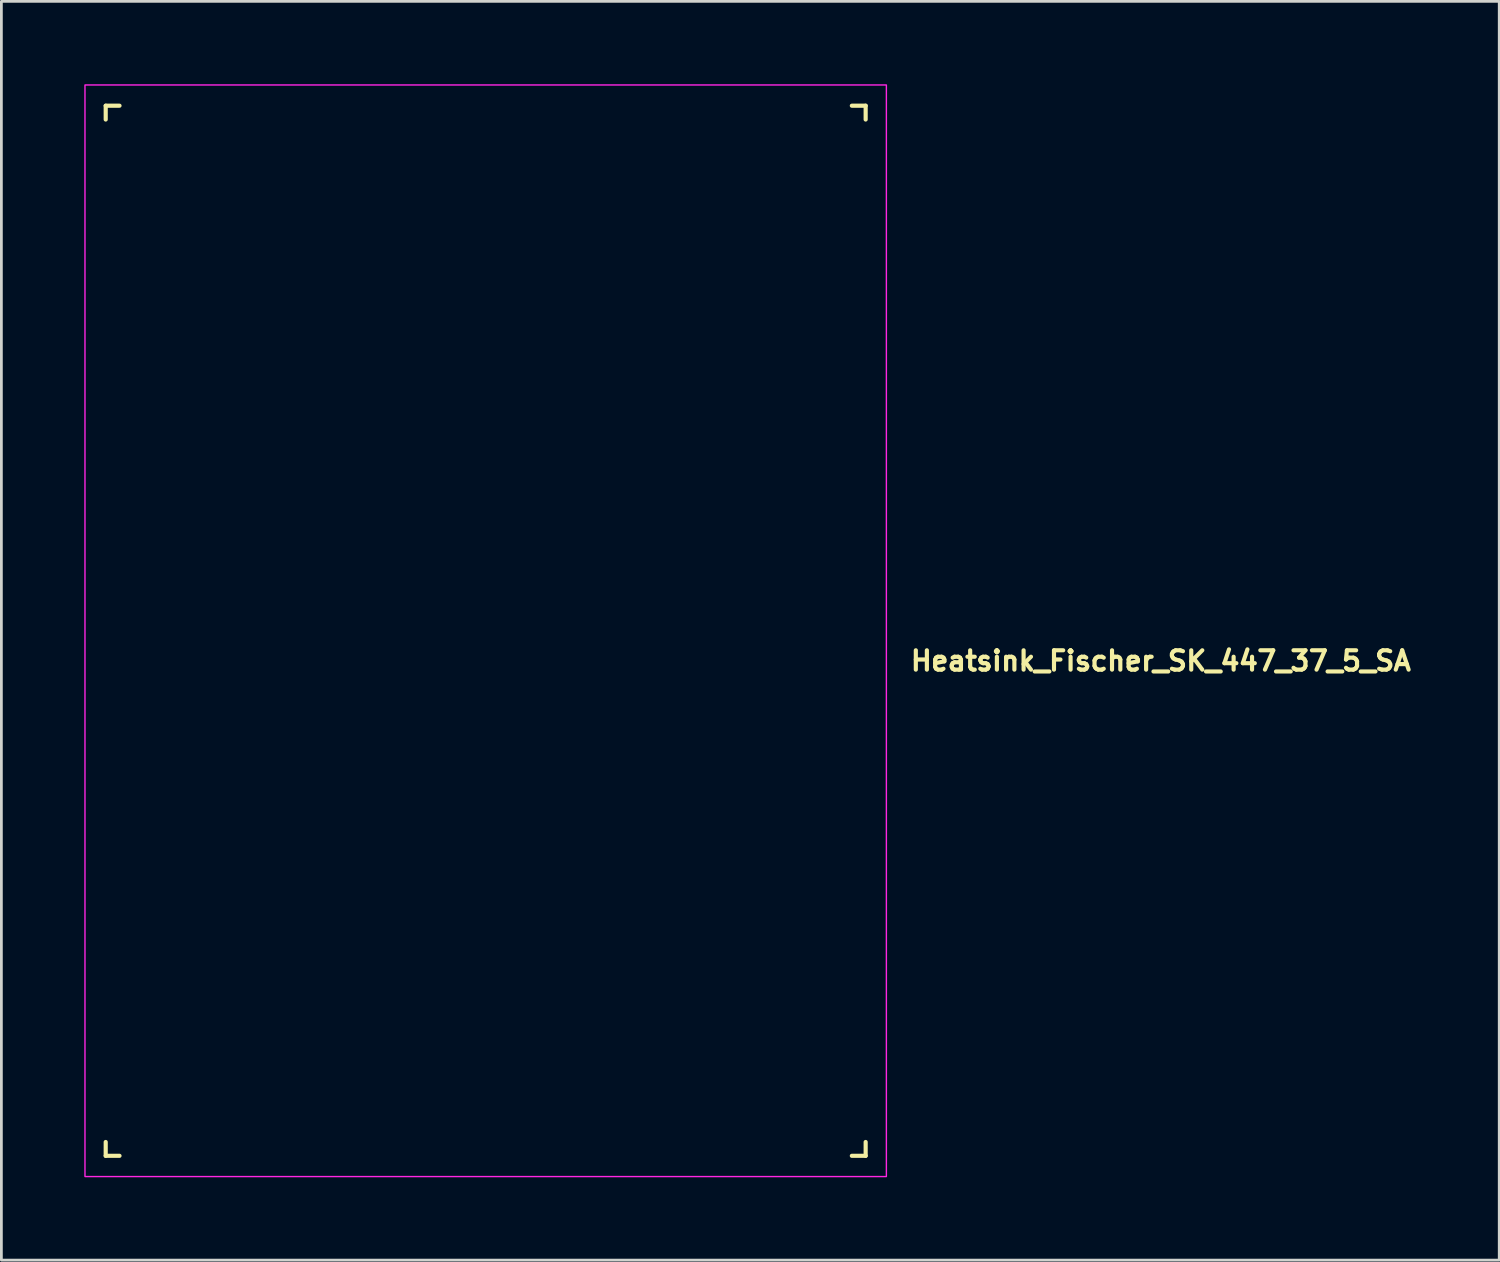
<source format=kicad_pcb>
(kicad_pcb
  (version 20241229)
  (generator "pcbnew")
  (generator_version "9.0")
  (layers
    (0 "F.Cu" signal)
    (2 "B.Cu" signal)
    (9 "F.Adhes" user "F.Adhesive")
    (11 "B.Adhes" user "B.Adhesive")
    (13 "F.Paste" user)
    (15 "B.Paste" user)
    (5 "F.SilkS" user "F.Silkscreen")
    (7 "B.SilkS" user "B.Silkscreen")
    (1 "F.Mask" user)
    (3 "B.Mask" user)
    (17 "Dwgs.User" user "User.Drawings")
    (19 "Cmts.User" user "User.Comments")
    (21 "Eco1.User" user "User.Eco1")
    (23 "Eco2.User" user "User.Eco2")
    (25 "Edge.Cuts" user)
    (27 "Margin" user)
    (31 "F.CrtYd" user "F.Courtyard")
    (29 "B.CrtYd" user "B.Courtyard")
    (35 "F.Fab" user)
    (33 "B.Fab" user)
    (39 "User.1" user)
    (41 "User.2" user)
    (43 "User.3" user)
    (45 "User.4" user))
  (footprint "Heatsink_Fischer_SK_447_37_5_SA"
    (layer "F.Cu")
    (at 14.525 19.775)
    (property "Reference" "Heatsink_Fischer_SK_447_37_5_SA" (at 15.3 1.5 0) (unlocked yes) (layer "F.SilkS") (effects (font (size 0.7 0.7) (thickness 0.15)) (justify left bottom)))
    (fp_line (start -13.75 -19) (end -13.25 -19) (stroke (width 0.15) (type solid)) (layer "F.SilkS"))
    (fp_line (start -13.75 -18.5) (end -13.75 -19) (stroke (width 0.15) (type solid)) (layer "F.SilkS"))
    (fp_line (start -13.75 18.5) (end -13.75 19) (stroke (width 0.15) (type solid)) (layer "F.SilkS"))
    (fp_line (start -13.75 19) (end -13.25 19) (stroke (width 0.15) (type solid)) (layer "F.SilkS"))
    (fp_line (start 13.25 -19) (end 13.75 -19) (stroke (width 0.15) (type solid)) (layer "F.SilkS"))
    (fp_line (start 13.75 -19) (end 13.75 -18.5) (stroke (width 0.15) (type solid)) (layer "F.SilkS"))
    (fp_line (start 13.75 18.5) (end 13.75 19) (stroke (width 0.15) (type solid)) (layer "F.SilkS"))
    (fp_line (start 13.75 19) (end 13.25 19) (stroke (width 0.15) (type solid)) (layer "F.SilkS"))
    (fp_rect (start -14.5 -19.75) (end 14.5 19.75) (stroke (width 0.05) (type solid)) (fill no) (layer "F.CrtYd"))
    (fp_rect (start -13.5 -18.75) (end 13.5 18.75) (stroke (width 0.1) (type solid)) (fill no) (layer "User.5"))
    (fp_line (start -13.492 -18.756) (end -13.492 18.744) (stroke (width 0.01) (type solid)) (layer "User.9"))
    (fp_line (start -13.492 -18.756) (end -13.491 -18.756) (stroke (width 0.01) (type solid)) (layer "User.9"))
    (fp_line (start -13.491 -18.756) (end -13.488 -18.756) (stroke (width 0.01) (type solid)) (layer "User.9"))
    (fp_line (start -13.491 18.744) (end -13.492 18.744) (stroke (width 0.01) (type solid)) (layer "User.9"))
    (fp_line (start -13.488 -18.756) (end -13.483 -18.756) (stroke (width 0.01) (type solid)) (layer "User.9"))
    (fp_line (start -13.488 18.744) (end -13.491 18.744) (stroke (width 0.01) (type solid)) (layer "User.9"))
    (fp_line (start -13.483 -18.756) (end -13.475 -18.756) (stroke (width 0.01) (type solid)) (layer "User.9"))
    (fp_line (start -13.483 18.744) (end -13.488 18.744) (stroke (width 0.01) (type solid)) (layer "User.9"))
    (fp_line (start -13.475 -18.756) (end -13.466 -18.756) (stroke (width 0.01) (type solid)) (layer "User.9"))
    (fp_line (start -13.475 18.744) (end -13.483 18.744) (stroke (width 0.01) (type solid)) (layer "User.9"))
    (fp_line (start -13.466 -18.756) (end -13.453 -18.756) (stroke (width 0.01) (type solid)) (layer "User.9"))
    (fp_line (start -13.466 18.744) (end -13.475 18.744) (stroke (width 0.01) (type solid)) (layer "User.9"))
    (fp_line (start -13.453 -18.756) (end -13.439 -18.756) (stroke (width 0.01) (type solid)) (layer "User.9"))
    (fp_line (start -13.453 18.744) (end -13.466 18.744) (stroke (width 0.01) (type solid)) (layer "User.9"))
    (fp_line (start -13.439 -18.756) (end -13.422 -18.756) (stroke (width 0.01) (type solid)) (layer "User.9"))
    (fp_line (start -13.439 18.744) (end -13.453 18.744) (stroke (width 0.01) (type solid)) (layer "User.9"))
    (fp_line (start -13.422 -18.756) (end -13.402 -18.756) (stroke (width 0.01) (type solid)) (layer "User.9"))
    (fp_line (start -13.422 18.744) (end -13.439 18.744) (stroke (width 0.01) (type solid)) (layer "User.9"))
    (fp_line (start -13.402 -18.756) (end -13.38 -18.756) (stroke (width 0.01) (type solid)) (layer "User.9"))
    (fp_line (start -13.402 18.744) (end -13.422 18.744) (stroke (width 0.01) (type solid)) (layer "User.9"))
    (fp_line (start -13.38 -18.756) (end -13.356 -18.756) (stroke (width 0.01) (type solid)) (layer "User.9"))
    (fp_line (start -13.38 18.744) (end -13.402 18.744) (stroke (width 0.01) (type solid)) (layer "User.9"))
    (fp_line (start -13.356 -18.756) (end -13.329 -18.756) (stroke (width 0.01) (type solid)) (layer "User.9"))
    (fp_line (start -13.356 18.744) (end -13.38 18.744) (stroke (width 0.01) (type solid)) (layer "User.9"))
    (fp_line (start -13.329 -18.756) (end -13.3 -18.756) (stroke (width 0.01) (type solid)) (layer "User.9"))
    (fp_line (start -13.329 18.744) (end -13.356 18.744) (stroke (width 0.01) (type solid)) (layer "User.9"))
    (fp_line (start -13.3 -18.756) (end -13.268 -18.756) (stroke (width 0.01) (type solid)) (layer "User.9"))
    (fp_line (start -13.3 18.744) (end -13.329 18.744) (stroke (width 0.01) (type solid)) (layer "User.9"))
    (fp_line (start -13.268 -18.756) (end -13.235 -18.756) (stroke (width 0.01) (type solid)) (layer "User.9"))
    (fp_line (start -13.268 18.744) (end -13.3 18.744) (stroke (width 0.01) (type solid)) (layer "User.9"))
    (fp_line (start -13.235 -18.756) (end -13.199 -18.756) (stroke (width 0.01) (type solid)) (layer "User.9"))
    (fp_line (start -13.235 18.744) (end -13.268 18.744) (stroke (width 0.01) (type solid)) (layer "User.9"))
    (fp_line (start -13.199 -18.756) (end -13.122 -18.756) (stroke (width 0.01) (type solid)) (layer "User.9"))
    (fp_line (start -13.199 18.744) (end -13.235 18.744) (stroke (width 0.01) (type solid)) (layer "User.9"))
    (fp_line (start -13.122 -18.756) (end -13.039 -18.756) (stroke (width 0.01) (type solid)) (layer "User.9"))
    (fp_line (start -13.122 18.744) (end -13.199 18.744) (stroke (width 0.01) (type solid)) (layer "User.9"))
    (fp_line (start -13.039 -18.756) (end -12.951 -18.756) (stroke (width 0.01) (type solid)) (layer "User.9"))
    (fp_line (start -13.039 18.744) (end -13.122 18.744) (stroke (width 0.01) (type solid)) (layer "User.9"))
    (fp_line (start -12.951 -18.756) (end -12.86 -18.756) (stroke (width 0.01) (type solid)) (layer "User.9"))
    (fp_line (start -12.951 18.744) (end -13.039 18.744) (stroke (width 0.01) (type solid)) (layer "User.9"))
    (fp_line (start -12.86 -18.756) (end -12.674 -18.756) (stroke (width 0.01) (type solid)) (layer "User.9"))
    (fp_line (start -12.86 18.744) (end -12.951 18.744) (stroke (width 0.01) (type solid)) (layer "User.9"))
    (fp_line (start -12.674 -18.756) (end -12.582 -18.756) (stroke (width 0.01) (type solid)) (layer "User.9"))
    (fp_line (start -12.674 18.744) (end -12.86 18.744) (stroke (width 0.01) (type solid)) (layer "User.9"))
    (fp_line (start -12.582 -18.756) (end -12.492 -18.756) (stroke (width 0.01) (type solid)) (layer "User.9"))
    (fp_line (start -12.582 18.744) (end -12.674 18.744) (stroke (width 0.01) (type solid)) (layer "User.9"))
    (fp_line (start -12.492 -18.756) (end -12.492 18.744) (stroke (width 0.01) (type solid)) (layer "User.9"))
    (fp_line (start -12.492 -18.756) (end -11.492 -18.756) (stroke (width 0.01) (type solid)) (layer "User.9"))
    (fp_line (start -12.492 18.744) (end -12.582 18.744) (stroke (width 0.01) (type solid)) (layer "User.9"))
    (fp_line (start -11.492 -18.756) (end -11.492 18.744) (stroke (width 0.01) (type solid)) (layer "User.9"))
    (fp_line (start -11.492 -18.756) (end -11.402 -18.756) (stroke (width 0.01) (type solid)) (layer "User.9"))
    (fp_line (start -11.492 18.744) (end -12.492 18.744) (stroke (width 0.01) (type solid)) (layer "User.9"))
    (fp_line (start -11.402 -18.756) (end -11.31 -18.756) (stroke (width 0.01) (type solid)) (layer "User.9"))
    (fp_line (start -11.402 18.744) (end -11.492 18.744) (stroke (width 0.01) (type solid)) (layer "User.9"))
    (fp_line (start -11.31 -18.756) (end -11.124 -18.756) (stroke (width 0.01) (type solid)) (layer "User.9"))
    (fp_line (start -11.31 18.744) (end -11.402 18.744) (stroke (width 0.01) (type solid)) (layer "User.9"))
    (fp_line (start -11.124 -18.756) (end -11.033 -18.756) (stroke (width 0.01) (type solid)) (layer "User.9"))
    (fp_line (start -11.124 18.744) (end -11.31 18.744) (stroke (width 0.01) (type solid)) (layer "User.9"))
    (fp_line (start -11.033 -18.756) (end -10.945 -18.756) (stroke (width 0.01) (type solid)) (layer "User.9"))
    (fp_line (start -11.033 18.744) (end -11.124 18.744) (stroke (width 0.01) (type solid)) (layer "User.9"))
    (fp_line (start -10.945 -18.756) (end -10.862 -18.756) (stroke (width 0.01) (type solid)) (layer "User.9"))
    (fp_line (start -10.945 18.744) (end -11.033 18.744) (stroke (width 0.01) (type solid)) (layer "User.9"))
    (fp_line (start -10.862 -18.756) (end -10.785 -18.756) (stroke (width 0.01) (type solid)) (layer "User.9"))
    (fp_line (start -10.862 18.744) (end -10.945 18.744) (stroke (width 0.01) (type solid)) (layer "User.9"))
    (fp_line (start -10.785 -18.756) (end -10.749 -18.756) (stroke (width 0.01) (type solid)) (layer "User.9"))
    (fp_line (start -10.785 18.744) (end -10.862 18.744) (stroke (width 0.01) (type solid)) (layer "User.9"))
    (fp_line (start -10.749 -18.756) (end -10.716 -18.756) (stroke (width 0.01) (type solid)) (layer "User.9"))
    (fp_line (start -10.749 18.744) (end -10.785 18.744) (stroke (width 0.01) (type solid)) (layer "User.9"))
    (fp_line (start -10.716 -18.756) (end -10.684 -18.756) (stroke (width 0.01) (type solid)) (layer "User.9"))
    (fp_line (start -10.716 18.744) (end -10.749 18.744) (stroke (width 0.01) (type solid)) (layer "User.9"))
    (fp_line (start -10.684 -18.756) (end -10.655 -18.756) (stroke (width 0.01) (type solid)) (layer "User.9"))
    (fp_line (start -10.684 18.744) (end -10.716 18.744) (stroke (width 0.01) (type solid)) (layer "User.9"))
    (fp_line (start -10.655 -18.756) (end -10.628 -18.756) (stroke (width 0.01) (type solid)) (layer "User.9"))
    (fp_line (start -10.655 18.744) (end -10.684 18.744) (stroke (width 0.01) (type solid)) (layer "User.9"))
    (fp_line (start -10.628 -18.756) (end -10.604 -18.756) (stroke (width 0.01) (type solid)) (layer "User.9"))
    (fp_line (start -10.628 18.744) (end -10.655 18.744) (stroke (width 0.01) (type solid)) (layer "User.9"))
    (fp_line (start -10.604 -18.756) (end -10.582 -18.756) (stroke (width 0.01) (type solid)) (layer "User.9"))
    (fp_line (start -10.604 18.744) (end -10.628 18.744) (stroke (width 0.01) (type solid)) (layer "User.9"))
    (fp_line (start -10.582 -18.756) (end -10.562 -18.756) (stroke (width 0.01) (type solid)) (layer "User.9"))
    (fp_line (start -10.582 18.744) (end -10.604 18.744) (stroke (width 0.01) (type solid)) (layer "User.9"))
    (fp_line (start -10.562 -18.756) (end -10.545 -18.756) (stroke (width 0.01) (type solid)) (layer "User.9"))
    (fp_line (start -10.562 18.744) (end -10.582 18.744) (stroke (width 0.01) (type solid)) (layer "User.9"))
    (fp_line (start -10.545 -18.756) (end -10.531 -18.756) (stroke (width 0.01) (type solid)) (layer "User.9"))
    (fp_line (start -10.545 18.744) (end -10.562 18.744) (stroke (width 0.01) (type solid)) (layer "User.9"))
    (fp_line (start -10.531 -18.756) (end -10.519 -18.756) (stroke (width 0.01) (type solid)) (layer "User.9"))
    (fp_line (start -10.531 18.744) (end -10.545 18.744) (stroke (width 0.01) (type solid)) (layer "User.9"))
    (fp_line (start -10.519 -18.756) (end -10.509 -18.756) (stroke (width 0.01) (type solid)) (layer "User.9"))
    (fp_line (start -10.519 18.744) (end -10.531 18.744) (stroke (width 0.01) (type solid)) (layer "User.9"))
    (fp_line (start -10.509 -18.756) (end -10.501 -18.756) (stroke (width 0.01) (type solid)) (layer "User.9"))
    (fp_line (start -10.509 18.744) (end -10.519 18.744) (stroke (width 0.01) (type solid)) (layer "User.9"))
    (fp_line (start -10.501 -18.756) (end -10.496 -18.756) (stroke (width 0.01) (type solid)) (layer "User.9"))
    (fp_line (start -10.501 18.744) (end -10.509 18.744) (stroke (width 0.01) (type solid)) (layer "User.9"))
    (fp_line (start -10.496 -18.756) (end -10.493 -18.756) (stroke (width 0.01) (type solid)) (layer "User.9"))
    (fp_line (start -10.496 18.744) (end -10.501 18.744) (stroke (width 0.01) (type solid)) (layer "User.9"))
    (fp_line (start -10.493 -18.756) (end -10.492 -18.756) (stroke (width 0.01) (type solid)) (layer "User.9"))
    (fp_line (start -10.493 18.744) (end -10.496 18.744) (stroke (width 0.01) (type solid)) (layer "User.9"))
    (fp_line (start -10.492 -18.756) (end -10.492 18.744) (stroke (width 0.01) (type solid)) (layer "User.9"))
    (fp_line (start -10.492 -18.756) (end -7.492 -18.756) (stroke (width 0.01) (type solid)) (layer "User.9"))
    (fp_line (start -10.492 18.744) (end -10.493 18.744) (stroke (width 0.01) (type solid)) (layer "User.9"))
    (fp_line (start -7.492 -18.756) (end -7.492 18.744) (stroke (width 0.01) (type solid)) (layer "User.9"))
    (fp_line (start -7.492 -18.756) (end -7.491 -18.756) (stroke (width 0.01) (type solid)) (layer "User.9"))
    (fp_line (start -7.492 18.744) (end -10.492 18.744) (stroke (width 0.01) (type solid)) (layer "User.9"))
    (fp_line (start -7.491 -18.756) (end -7.488 -18.756) (stroke (width 0.01) (type solid)) (layer "User.9"))
    (fp_line (start -7.491 18.744) (end -7.492 18.744) (stroke (width 0.01) (type solid)) (layer "User.9"))
    (fp_line (start -7.488 -18.756) (end -7.483 -18.756) (stroke (width 0.01) (type solid)) (layer "User.9"))
    (fp_line (start -7.488 18.744) (end -7.491 18.744) (stroke (width 0.01) (type solid)) (layer "User.9"))
    (fp_line (start -7.483 -18.756) (end -7.475 -18.756) (stroke (width 0.01) (type solid)) (layer "User.9"))
    (fp_line (start -7.483 18.744) (end -7.488 18.744) (stroke (width 0.01) (type solid)) (layer "User.9"))
    (fp_line (start -7.475 -18.756) (end -7.466 -18.756) (stroke (width 0.01) (type solid)) (layer "User.9"))
    (fp_line (start -7.475 18.744) (end -7.483 18.744) (stroke (width 0.01) (type solid)) (layer "User.9"))
    (fp_line (start -7.466 -18.756) (end -7.453 -18.756) (stroke (width 0.01) (type solid)) (layer "User.9"))
    (fp_line (start -7.466 18.744) (end -7.475 18.744) (stroke (width 0.01) (type solid)) (layer "User.9"))
    (fp_line (start -7.453 -18.756) (end -7.439 -18.756) (stroke (width 0.01) (type solid)) (layer "User.9"))
    (fp_line (start -7.453 18.744) (end -7.466 18.744) (stroke (width 0.01) (type solid)) (layer "User.9"))
    (fp_line (start -7.439 -18.756) (end -7.422 -18.756) (stroke (width 0.01) (type solid)) (layer "User.9"))
    (fp_line (start -7.439 18.744) (end -7.453 18.744) (stroke (width 0.01) (type solid)) (layer "User.9"))
    (fp_line (start -7.422 -18.756) (end -7.402 -18.756) (stroke (width 0.01) (type solid)) (layer "User.9"))
    (fp_line (start -7.422 18.744) (end -7.439 18.744) (stroke (width 0.01) (type solid)) (layer "User.9"))
    (fp_line (start -7.402 -18.756) (end -7.38 -18.756) (stroke (width 0.01) (type solid)) (layer "User.9"))
    (fp_line (start -7.402 18.744) (end -7.422 18.744) (stroke (width 0.01) (type solid)) (layer "User.9"))
    (fp_line (start -7.38 -18.756) (end -7.356 -18.756) (stroke (width 0.01) (type solid)) (layer "User.9"))
    (fp_line (start -7.38 18.744) (end -7.402 18.744) (stroke (width 0.01) (type solid)) (layer "User.9"))
    (fp_line (start -7.356 -18.756) (end -7.329 -18.756) (stroke (width 0.01) (type solid)) (layer "User.9"))
    (fp_line (start -7.356 18.744) (end -7.38 18.744) (stroke (width 0.01) (type solid)) (layer "User.9"))
    (fp_line (start -7.329 -18.756) (end -7.3 -18.756) (stroke (width 0.01) (type solid)) (layer "User.9"))
    (fp_line (start -7.329 18.744) (end -7.356 18.744) (stroke (width 0.01) (type solid)) (layer "User.9"))
    (fp_line (start -7.3 -18.756) (end -7.268 -18.756) (stroke (width 0.01) (type solid)) (layer "User.9"))
    (fp_line (start -7.3 18.744) (end -7.329 18.744) (stroke (width 0.01) (type solid)) (layer "User.9"))
    (fp_line (start -7.268 -18.756) (end -7.235 -18.756) (stroke (width 0.01) (type solid)) (layer "User.9"))
    (fp_line (start -7.268 18.744) (end -7.3 18.744) (stroke (width 0.01) (type solid)) (layer "User.9"))
    (fp_line (start -7.235 -18.756) (end -7.199 -18.756) (stroke (width 0.01) (type solid)) (layer "User.9"))
    (fp_line (start -7.235 18.744) (end -7.268 18.744) (stroke (width 0.01) (type solid)) (layer "User.9"))
    (fp_line (start -7.199 -18.756) (end -7.122 -18.756) (stroke (width 0.01) (type solid)) (layer "User.9"))
    (fp_line (start -7.199 18.744) (end -7.235 18.744) (stroke (width 0.01) (type solid)) (layer "User.9"))
    (fp_line (start -7.122 -18.756) (end -7.039 -18.756) (stroke (width 0.01) (type solid)) (layer "User.9"))
    (fp_line (start -7.122 18.744) (end -7.199 18.744) (stroke (width 0.01) (type solid)) (layer "User.9"))
    (fp_line (start -7.039 -18.756) (end -6.951 -18.756) (stroke (width 0.01) (type solid)) (layer "User.9"))
    (fp_line (start -7.039 18.744) (end -7.122 18.744) (stroke (width 0.01) (type solid)) (layer "User.9"))
    (fp_line (start -6.951 -18.756) (end -6.86 -18.756) (stroke (width 0.01) (type solid)) (layer "User.9"))
    (fp_line (start -6.951 18.744) (end -7.039 18.744) (stroke (width 0.01) (type solid)) (layer "User.9"))
    (fp_line (start -6.86 -18.756) (end -6.674 -18.756) (stroke (width 0.01) (type solid)) (layer "User.9"))
    (fp_line (start -6.86 18.744) (end -6.951 18.744) (stroke (width 0.01) (type solid)) (layer "User.9"))
    (fp_line (start -6.674 -18.756) (end -6.582 -18.756) (stroke (width 0.01) (type solid)) (layer "User.9"))
    (fp_line (start -6.674 18.744) (end -6.86 18.744) (stroke (width 0.01) (type solid)) (layer "User.9"))
    (fp_line (start -6.582 -18.756) (end -6.492 -18.756) (stroke (width 0.01) (type solid)) (layer "User.9"))
    (fp_line (start -6.582 18.744) (end -6.674 18.744) (stroke (width 0.01) (type solid)) (layer "User.9"))
    (fp_line (start -6.492 -18.756) (end -6.492 18.744) (stroke (width 0.01) (type solid)) (layer "User.9"))
    (fp_line (start -6.492 -18.756) (end -5.492 -18.756) (stroke (width 0.01) (type solid)) (layer "User.9"))
    (fp_line (start -6.492 18.744) (end -6.582 18.744) (stroke (width 0.01) (type solid)) (layer "User.9"))
    (fp_line (start -5.492 -18.756) (end -5.492 18.744) (stroke (width 0.01) (type solid)) (layer "User.9"))
    (fp_line (start -5.492 -18.756) (end -5.402 -18.756) (stroke (width 0.01) (type solid)) (layer "User.9"))
    (fp_line (start -5.492 18.744) (end -6.492 18.744) (stroke (width 0.01) (type solid)) (layer "User.9"))
    (fp_line (start -5.402 -18.756) (end -5.31 -18.756) (stroke (width 0.01) (type solid)) (layer "User.9"))
    (fp_line (start -5.402 18.744) (end -5.492 18.744) (stroke (width 0.01) (type solid)) (layer "User.9"))
    (fp_line (start -5.31 -18.756) (end -5.124 -18.756) (stroke (width 0.01) (type solid)) (layer "User.9"))
    (fp_line (start -5.31 18.744) (end -5.402 18.744) (stroke (width 0.01) (type solid)) (layer "User.9"))
    (fp_line (start -5.124 -18.756) (end -5.033 -18.756) (stroke (width 0.01) (type solid)) (layer "User.9"))
    (fp_line (start -5.124 18.744) (end -5.31 18.744) (stroke (width 0.01) (type solid)) (layer "User.9"))
    (fp_line (start -5.033 -18.756) (end -4.945 -18.756) (stroke (width 0.01) (type solid)) (layer "User.9"))
    (fp_line (start -5.033 18.744) (end -5.124 18.744) (stroke (width 0.01) (type solid)) (layer "User.9"))
    (fp_line (start -4.945 -18.756) (end -4.862 -18.756) (stroke (width 0.01) (type solid)) (layer "User.9"))
    (fp_line (start -4.945 18.744) (end -5.033 18.744) (stroke (width 0.01) (type solid)) (layer "User.9"))
    (fp_line (start -4.862 -18.756) (end -4.785 -18.756) (stroke (width 0.01) (type solid)) (layer "User.9"))
    (fp_line (start -4.862 18.744) (end -4.945 18.744) (stroke (width 0.01) (type solid)) (layer "User.9"))
    (fp_line (start -4.785 -18.756) (end -4.749 -18.756) (stroke (width 0.01) (type solid)) (layer "User.9"))
    (fp_line (start -4.785 18.744) (end -4.862 18.744) (stroke (width 0.01) (type solid)) (layer "User.9"))
    (fp_line (start -4.749 -18.756) (end -4.716 -18.756) (stroke (width 0.01) (type solid)) (layer "User.9"))
    (fp_line (start -4.749 18.744) (end -4.785 18.744) (stroke (width 0.01) (type solid)) (layer "User.9"))
    (fp_line (start -4.716 -18.756) (end -4.684 -18.756) (stroke (width 0.01) (type solid)) (layer "User.9"))
    (fp_line (start -4.716 18.744) (end -4.749 18.744) (stroke (width 0.01) (type solid)) (layer "User.9"))
    (fp_line (start -4.684 -18.756) (end -4.655 -18.756) (stroke (width 0.01) (type solid)) (layer "User.9"))
    (fp_line (start -4.684 18.744) (end -4.716 18.744) (stroke (width 0.01) (type solid)) (layer "User.9"))
    (fp_line (start -4.655 -18.756) (end -4.628 -18.756) (stroke (width 0.01) (type solid)) (layer "User.9"))
    (fp_line (start -4.655 18.744) (end -4.684 18.744) (stroke (width 0.01) (type solid)) (layer "User.9"))
    (fp_line (start -4.628 -18.756) (end -4.604 -18.756) (stroke (width 0.01) (type solid)) (layer "User.9"))
    (fp_line (start -4.628 18.744) (end -4.655 18.744) (stroke (width 0.01) (type solid)) (layer "User.9"))
    (fp_line (start -4.604 -18.756) (end -4.582 -18.756) (stroke (width 0.01) (type solid)) (layer "User.9"))
    (fp_line (start -4.604 18.744) (end -4.628 18.744) (stroke (width 0.01) (type solid)) (layer "User.9"))
    (fp_line (start -4.582 -18.756) (end -4.562 -18.756) (stroke (width 0.01) (type solid)) (layer "User.9"))
    (fp_line (start -4.582 18.744) (end -4.604 18.744) (stroke (width 0.01) (type solid)) (layer "User.9"))
    (fp_line (start -4.562 -18.756) (end -4.545 -18.756) (stroke (width 0.01) (type solid)) (layer "User.9"))
    (fp_line (start -4.562 18.744) (end -4.582 18.744) (stroke (width 0.01) (type solid)) (layer "User.9"))
    (fp_line (start -4.545 -18.756) (end -4.531 -18.756) (stroke (width 0.01) (type solid)) (layer "User.9"))
    (fp_line (start -4.545 18.744) (end -4.562 18.744) (stroke (width 0.01) (type solid)) (layer "User.9"))
    (fp_line (start -4.531 -18.756) (end -4.519 -18.756) (stroke (width 0.01) (type solid)) (layer "User.9"))
    (fp_line (start -4.531 18.744) (end -4.545 18.744) (stroke (width 0.01) (type solid)) (layer "User.9"))
    (fp_line (start -4.519 -18.756) (end -4.509 -18.756) (stroke (width 0.01) (type solid)) (layer "User.9"))
    (fp_line (start -4.519 18.744) (end -4.531 18.744) (stroke (width 0.01) (type solid)) (layer "User.9"))
    (fp_line (start -4.509 -18.756) (end -4.501 -18.756) (stroke (width 0.01) (type solid)) (layer "User.9"))
    (fp_line (start -4.509 18.744) (end -4.519 18.744) (stroke (width 0.01) (type solid)) (layer "User.9"))
    (fp_line (start -4.501 -18.756) (end -4.496 -18.756) (stroke (width 0.01) (type solid)) (layer "User.9"))
    (fp_line (start -4.501 18.744) (end -4.509 18.744) (stroke (width 0.01) (type solid)) (layer "User.9"))
    (fp_line (start -4.496 -18.756) (end -4.493 -18.756) (stroke (width 0.01) (type solid)) (layer "User.9"))
    (fp_line (start -4.496 18.744) (end -4.501 18.744) (stroke (width 0.01) (type solid)) (layer "User.9"))
    (fp_line (start -4.493 -18.756) (end -4.492 -18.756) (stroke (width 0.01) (type solid)) (layer "User.9"))
    (fp_line (start -4.493 18.744) (end -4.496 18.744) (stroke (width 0.01) (type solid)) (layer "User.9"))
    (fp_line (start -4.492 -18.756) (end -4.492 18.744) (stroke (width 0.01) (type solid)) (layer "User.9"))
    (fp_line (start -4.492 -18.756) (end -1.492 -18.756) (stroke (width 0.01) (type solid)) (layer "User.9"))
    (fp_line (start -4.492 18.744) (end -4.493 18.744) (stroke (width 0.01) (type solid)) (layer "User.9"))
    (fp_line (start -1.492 -18.756) (end -1.492 18.744) (stroke (width 0.01) (type solid)) (layer "User.9"))
    (fp_line (start -1.492 -18.756) (end -1.491 -18.756) (stroke (width 0.01) (type solid)) (layer "User.9"))
    (fp_line (start -1.492 18.744) (end -4.492 18.744) (stroke (width 0.01) (type solid)) (layer "User.9"))
    (fp_line (start -1.491 -18.756) (end -1.488 -18.756) (stroke (width 0.01) (type solid)) (layer "User.9"))
    (fp_line (start -1.491 18.744) (end -1.492 18.744) (stroke (width 0.01) (type solid)) (layer "User.9"))
    (fp_line (start -1.488 -18.756) (end -1.483 -18.756) (stroke (width 0.01) (type solid)) (layer "User.9"))
    (fp_line (start -1.488 18.744) (end -1.491 18.744) (stroke (width 0.01) (type solid)) (layer "User.9"))
    (fp_line (start -1.483 -18.756) (end -1.475 -18.756) (stroke (width 0.01) (type solid)) (layer "User.9"))
    (fp_line (start -1.483 18.744) (end -1.488 18.744) (stroke (width 0.01) (type solid)) (layer "User.9"))
    (fp_line (start -1.475 -18.756) (end -1.466 -18.756) (stroke (width 0.01) (type solid)) (layer "User.9"))
    (fp_line (start -1.475 18.744) (end -1.483 18.744) (stroke (width 0.01) (type solid)) (layer "User.9"))
    (fp_line (start -1.466 -18.756) (end -1.453 -18.756) (stroke (width 0.01) (type solid)) (layer "User.9"))
    (fp_line (start -1.466 18.744) (end -1.475 18.744) (stroke (width 0.01) (type solid)) (layer "User.9"))
    (fp_line (start -1.453 -18.756) (end -1.439 -18.756) (stroke (width 0.01) (type solid)) (layer "User.9"))
    (fp_line (start -1.453 18.744) (end -1.466 18.744) (stroke (width 0.01) (type solid)) (layer "User.9"))
    (fp_line (start -1.439 -18.756) (end -1.422 -18.756) (stroke (width 0.01) (type solid)) (layer "User.9"))
    (fp_line (start -1.439 18.744) (end -1.453 18.744) (stroke (width 0.01) (type solid)) (layer "User.9"))
    (fp_line (start -1.422 -18.756) (end -1.402 -18.756) (stroke (width 0.01) (type solid)) (layer "User.9"))
    (fp_line (start -1.422 18.744) (end -1.439 18.744) (stroke (width 0.01) (type solid)) (layer "User.9"))
    (fp_line (start -1.402 -18.756) (end -1.38 -18.756) (stroke (width 0.01) (type solid)) (layer "User.9"))
    (fp_line (start -1.402 18.744) (end -1.422 18.744) (stroke (width 0.01) (type solid)) (layer "User.9"))
    (fp_line (start -1.38 -18.756) (end -1.356 -18.756) (stroke (width 0.01) (type solid)) (layer "User.9"))
    (fp_line (start -1.38 18.744) (end -1.402 18.744) (stroke (width 0.01) (type solid)) (layer "User.9"))
    (fp_line (start -1.356 -18.756) (end -1.329 -18.756) (stroke (width 0.01) (type solid)) (layer "User.9"))
    (fp_line (start -1.356 18.744) (end -1.38 18.744) (stroke (width 0.01) (type solid)) (layer "User.9"))
    (fp_line (start -1.329 -18.756) (end -1.3 -18.756) (stroke (width 0.01) (type solid)) (layer "User.9"))
    (fp_line (start -1.329 18.744) (end -1.356 18.744) (stroke (width 0.01) (type solid)) (layer "User.9"))
    (fp_line (start -1.3 -18.756) (end -1.268 -18.756) (stroke (width 0.01) (type solid)) (layer "User.9"))
    (fp_line (start -1.3 18.744) (end -1.329 18.744) (stroke (width 0.01) (type solid)) (layer "User.9"))
    (fp_line (start -1.268 -18.756) (end -1.235 -18.756) (stroke (width 0.01) (type solid)) (layer "User.9"))
    (fp_line (start -1.268 18.744) (end -1.3 18.744) (stroke (width 0.01) (type solid)) (layer "User.9"))
    (fp_line (start -1.235 -18.756) (end -1.199 -18.756) (stroke (width 0.01) (type solid)) (layer "User.9"))
    (fp_line (start -1.235 18.744) (end -1.268 18.744) (stroke (width 0.01) (type solid)) (layer "User.9"))
    (fp_line (start -1.199 -18.756) (end -1.122 -18.756) (stroke (width 0.01) (type solid)) (layer "User.9"))
    (fp_line (start -1.199 18.744) (end -1.235 18.744) (stroke (width 0.01) (type solid)) (layer "User.9"))
    (fp_line (start -1.122 -18.756) (end -1.039 -18.756) (stroke (width 0.01) (type solid)) (layer "User.9"))
    (fp_line (start -1.122 18.744) (end -1.199 18.744) (stroke (width 0.01) (type solid)) (layer "User.9"))
    (fp_line (start -1.039 -18.756) (end -0.951 -18.756) (stroke (width 0.01) (type solid)) (layer "User.9"))
    (fp_line (start -1.039 18.744) (end -1.122 18.744) (stroke (width 0.01) (type solid)) (layer "User.9"))
    (fp_line (start -0.951 -18.756) (end -0.86 -18.756) (stroke (width 0.01) (type solid)) (layer "User.9"))
    (fp_line (start -0.951 18.744) (end -1.039 18.744) (stroke (width 0.01) (type solid)) (layer "User.9"))
    (fp_line (start -0.86 -18.756) (end -0.674 -18.756) (stroke (width 0.01) (type solid)) (layer "User.9"))
    (fp_line (start -0.86 18.744) (end -0.951 18.744) (stroke (width 0.01) (type solid)) (layer "User.9"))
    (fp_line (start -0.674 -18.756) (end -0.582 -18.756) (stroke (width 0.01) (type solid)) (layer "User.9"))
    (fp_line (start -0.674 18.744) (end -0.86 18.744) (stroke (width 0.01) (type solid)) (layer "User.9"))
    (fp_line (start -0.582 -18.756) (end -0.492 -18.756) (stroke (width 0.01) (type solid)) (layer "User.9"))
    (fp_line (start -0.582 18.744) (end -0.674 18.744) (stroke (width 0.01) (type solid)) (layer "User.9"))
    (fp_line (start -0.492 -18.756) (end -0.492 18.744) (stroke (width 0.01) (type solid)) (layer "User.9"))
    (fp_line (start -0.492 -18.756) (end 0.508 -18.756) (stroke (width 0.01) (type solid)) (layer "User.9"))
    (fp_line (start -0.492 18.744) (end -0.582 18.744) (stroke (width 0.01) (type solid)) (layer "User.9"))
    (fp_line (start 0.508 -18.756) (end 0.508 18.744) (stroke (width 0.01) (type solid)) (layer "User.9"))
    (fp_line (start 0.508 -18.756) (end 0.598 -18.756) (stroke (width 0.01) (type solid)) (layer "User.9"))
    (fp_line (start 0.508 18.744) (end -0.492 18.744) (stroke (width 0.01) (type solid)) (layer "User.9"))
    (fp_line (start 0.598 -18.756) (end 0.69 -18.756) (stroke (width 0.01) (type solid)) (layer "User.9"))
    (fp_line (start 0.598 18.744) (end 0.508 18.744) (stroke (width 0.01) (type solid)) (layer "User.9"))
    (fp_line (start 0.69 -18.756) (end 0.876 -18.756) (stroke (width 0.01) (type solid)) (layer "User.9"))
    (fp_line (start 0.69 18.744) (end 0.598 18.744) (stroke (width 0.01) (type solid)) (layer "User.9"))
    (fp_line (start 0.876 -18.756) (end 0.967 -18.756) (stroke (width 0.01) (type solid)) (layer "User.9"))
    (fp_line (start 0.876 18.744) (end 0.69 18.744) (stroke (width 0.01) (type solid)) (layer "User.9"))
    (fp_line (start 0.967 -18.756) (end 1.055 -18.756) (stroke (width 0.01) (type solid)) (layer "User.9"))
    (fp_line (start 0.967 18.744) (end 0.876 18.744) (stroke (width 0.01) (type solid)) (layer "User.9"))
    (fp_line (start 1.055 -18.756) (end 1.138 -18.756) (stroke (width 0.01) (type solid)) (layer "User.9"))
    (fp_line (start 1.055 18.744) (end 0.967 18.744) (stroke (width 0.01) (type solid)) (layer "User.9"))
    (fp_line (start 1.138 -18.756) (end 1.215 -18.756) (stroke (width 0.01) (type solid)) (layer "User.9"))
    (fp_line (start 1.138 18.744) (end 1.055 18.744) (stroke (width 0.01) (type solid)) (layer "User.9"))
    (fp_line (start 1.215 -18.756) (end 1.251 -18.756) (stroke (width 0.01) (type solid)) (layer "User.9"))
    (fp_line (start 1.215 18.744) (end 1.138 18.744) (stroke (width 0.01) (type solid)) (layer "User.9"))
    (fp_line (start 1.251 -18.756) (end 1.284 -18.756) (stroke (width 0.01) (type solid)) (layer "User.9"))
    (fp_line (start 1.251 18.744) (end 1.215 18.744) (stroke (width 0.01) (type solid)) (layer "User.9"))
    (fp_line (start 1.284 -18.756) (end 1.316 -18.756) (stroke (width 0.01) (type solid)) (layer "User.9"))
    (fp_line (start 1.284 18.744) (end 1.251 18.744) (stroke (width 0.01) (type solid)) (layer "User.9"))
    (fp_line (start 1.316 -18.756) (end 1.345 -18.756) (stroke (width 0.01) (type solid)) (layer "User.9"))
    (fp_line (start 1.316 18.744) (end 1.284 18.744) (stroke (width 0.01) (type solid)) (layer "User.9"))
    (fp_line (start 1.345 -18.756) (end 1.372 -18.756) (stroke (width 0.01) (type solid)) (layer "User.9"))
    (fp_line (start 1.345 18.744) (end 1.316 18.744) (stroke (width 0.01) (type solid)) (layer "User.9"))
    (fp_line (start 1.372 -18.756) (end 1.396 -18.756) (stroke (width 0.01) (type solid)) (layer "User.9"))
    (fp_line (start 1.372 18.744) (end 1.345 18.744) (stroke (width 0.01) (type solid)) (layer "User.9"))
    (fp_line (start 1.396 -18.756) (end 1.418 -18.756) (stroke (width 0.01) (type solid)) (layer "User.9"))
    (fp_line (start 1.396 18.744) (end 1.372 18.744) (stroke (width 0.01) (type solid)) (layer "User.9"))
    (fp_line (start 1.418 -18.756) (end 1.438 -18.756) (stroke (width 0.01) (type solid)) (layer "User.9"))
    (fp_line (start 1.418 18.744) (end 1.396 18.744) (stroke (width 0.01) (type solid)) (layer "User.9"))
    (fp_line (start 1.438 -18.756) (end 1.455 -18.756) (stroke (width 0.01) (type solid)) (layer "User.9"))
    (fp_line (start 1.438 18.744) (end 1.418 18.744) (stroke (width 0.01) (type solid)) (layer "User.9"))
    (fp_line (start 1.455 -18.756) (end 1.469 -18.756) (stroke (width 0.01) (type solid)) (layer "User.9"))
    (fp_line (start 1.455 18.744) (end 1.438 18.744) (stroke (width 0.01) (type solid)) (layer "User.9"))
    (fp_line (start 1.469 -18.756) (end 1.481 -18.756) (stroke (width 0.01) (type solid)) (layer "User.9"))
    (fp_line (start 1.469 18.744) (end 1.455 18.744) (stroke (width 0.01) (type solid)) (layer "User.9"))
    (fp_line (start 1.481 -18.756) (end 1.491 -18.756) (stroke (width 0.01) (type solid)) (layer "User.9"))
    (fp_line (start 1.481 18.744) (end 1.469 18.744) (stroke (width 0.01) (type solid)) (layer "User.9"))
    (fp_line (start 1.491 -18.756) (end 1.499 -18.756) (stroke (width 0.01) (type solid)) (layer "User.9"))
    (fp_line (start 1.491 18.744) (end 1.481 18.744) (stroke (width 0.01) (type solid)) (layer "User.9"))
    (fp_line (start 1.499 -18.756) (end 1.504 -18.756) (stroke (width 0.01) (type solid)) (layer "User.9"))
    (fp_line (start 1.499 18.744) (end 1.491 18.744) (stroke (width 0.01) (type solid)) (layer "User.9"))
    (fp_line (start 1.504 -18.756) (end 1.507 -18.756) (stroke (width 0.01) (type solid)) (layer "User.9"))
    (fp_line (start 1.504 18.744) (end 1.499 18.744) (stroke (width 0.01) (type solid)) (layer "User.9"))
    (fp_line (start 1.507 -18.756) (end 1.508 -18.756) (stroke (width 0.01) (type solid)) (layer "User.9"))
    (fp_line (start 1.507 18.744) (end 1.504 18.744) (stroke (width 0.01) (type solid)) (layer "User.9"))
    (fp_line (start 1.508 -18.756) (end 1.508 18.744) (stroke (width 0.01) (type solid)) (layer "User.9"))
    (fp_line (start 1.508 -18.756) (end 4.508 -18.756) (stroke (width 0.01) (type solid)) (layer "User.9"))
    (fp_line (start 1.508 18.744) (end 1.507 18.744) (stroke (width 0.01) (type solid)) (layer "User.9"))
    (fp_line (start 4.508 -18.756) (end 4.508 18.744) (stroke (width 0.01) (type solid)) (layer "User.9"))
    (fp_line (start 4.508 -18.756) (end 4.509 -18.756) (stroke (width 0.01) (type solid)) (layer "User.9"))
    (fp_line (start 4.508 18.744) (end 1.508 18.744) (stroke (width 0.01) (type solid)) (layer "User.9"))
    (fp_line (start 4.509 -18.756) (end 4.512 -18.756) (stroke (width 0.01) (type solid)) (layer "User.9"))
    (fp_line (start 4.509 18.744) (end 4.508 18.744) (stroke (width 0.01) (type solid)) (layer "User.9"))
    (fp_line (start 4.512 -18.756) (end 4.517 -18.756) (stroke (width 0.01) (type solid)) (layer "User.9"))
    (fp_line (start 4.512 18.744) (end 4.509 18.744) (stroke (width 0.01) (type solid)) (layer "User.9"))
    (fp_line (start 4.517 -18.756) (end 4.525 -18.756) (stroke (width 0.01) (type solid)) (layer "User.9"))
    (fp_line (start 4.517 18.744) (end 4.512 18.744) (stroke (width 0.01) (type solid)) (layer "User.9"))
    (fp_line (start 4.525 -18.756) (end 4.534 -18.756) (stroke (width 0.01) (type solid)) (layer "User.9"))
    (fp_line (start 4.525 18.744) (end 4.517 18.744) (stroke (width 0.01) (type solid)) (layer "User.9"))
    (fp_line (start 4.534 -18.756) (end 4.547 -18.756) (stroke (width 0.01) (type solid)) (layer "User.9"))
    (fp_line (start 4.534 18.744) (end 4.525 18.744) (stroke (width 0.01) (type solid)) (layer "User.9"))
    (fp_line (start 4.547 -18.756) (end 4.561 -18.756) (stroke (width 0.01) (type solid)) (layer "User.9"))
    (fp_line (start 4.547 18.744) (end 4.534 18.744) (stroke (width 0.01) (type solid)) (layer "User.9"))
    (fp_line (start 4.561 -18.756) (end 4.578 -18.756) (stroke (width 0.01) (type solid)) (layer "User.9"))
    (fp_line (start 4.561 18.744) (end 4.547 18.744) (stroke (width 0.01) (type solid)) (layer "User.9"))
    (fp_line (start 4.578 -18.756) (end 4.598 -18.756) (stroke (width 0.01) (type solid)) (layer "User.9"))
    (fp_line (start 4.578 18.744) (end 4.561 18.744) (stroke (width 0.01) (type solid)) (layer "User.9"))
    (fp_line (start 4.598 -18.756) (end 4.62 -18.756) (stroke (width 0.01) (type solid)) (layer "User.9"))
    (fp_line (start 4.598 18.744) (end 4.578 18.744) (stroke (width 0.01) (type solid)) (layer "User.9"))
    (fp_line (start 4.62 -18.756) (end 4.644 -18.756) (stroke (width 0.01) (type solid)) (layer "User.9"))
    (fp_line (start 4.62 18.744) (end 4.598 18.744) (stroke (width 0.01) (type solid)) (layer "User.9"))
    (fp_line (start 4.644 -18.756) (end 4.671 -18.756) (stroke (width 0.01) (type solid)) (layer "User.9"))
    (fp_line (start 4.644 18.744) (end 4.62 18.744) (stroke (width 0.01) (type solid)) (layer "User.9"))
    (fp_line (start 4.671 -18.756) (end 4.7 -18.756) (stroke (width 0.01) (type solid)) (layer "User.9"))
    (fp_line (start 4.671 18.744) (end 4.644 18.744) (stroke (width 0.01) (type solid)) (layer "User.9"))
    (fp_line (start 4.7 -18.756) (end 4.732 -18.756) (stroke (width 0.01) (type solid)) (layer "User.9"))
    (fp_line (start 4.7 18.744) (end 4.671 18.744) (stroke (width 0.01) (type solid)) (layer "User.9"))
    (fp_line (start 4.732 -18.756) (end 4.765 -18.756) (stroke (width 0.01) (type solid)) (layer "User.9"))
    (fp_line (start 4.732 18.744) (end 4.7 18.744) (stroke (width 0.01) (type solid)) (layer "User.9"))
    (fp_line (start 4.765 -18.756) (end 4.801 -18.756) (stroke (width 0.01) (type solid)) (layer "User.9"))
    (fp_line (start 4.765 18.744) (end 4.732 18.744) (stroke (width 0.01) (type solid)) (layer "User.9"))
    (fp_line (start 4.801 -18.756) (end 4.878 -18.756) (stroke (width 0.01) (type solid)) (layer "User.9"))
    (fp_line (start 4.801 18.744) (end 4.765 18.744) (stroke (width 0.01) (type solid)) (layer "User.9"))
    (fp_line (start 4.878 -18.756) (end 4.961 -18.756) (stroke (width 0.01) (type solid)) (layer "User.9"))
    (fp_line (start 4.878 18.744) (end 4.801 18.744) (stroke (width 0.01) (type solid)) (layer "User.9"))
    (fp_line (start 4.961 -18.756) (end 5.049 -18.756) (stroke (width 0.01) (type solid)) (layer "User.9"))
    (fp_line (start 4.961 18.744) (end 4.878 18.744) (stroke (width 0.01) (type solid)) (layer "User.9"))
    (fp_line (start 5.049 -18.756) (end 5.14 -18.756) (stroke (width 0.01) (type solid)) (layer "User.9"))
    (fp_line (start 5.049 18.744) (end 4.961 18.744) (stroke (width 0.01) (type solid)) (layer "User.9"))
    (fp_line (start 5.14 -18.756) (end 5.326 -18.756) (stroke (width 0.01) (type solid)) (layer "User.9"))
    (fp_line (start 5.14 18.744) (end 5.049 18.744) (stroke (width 0.01) (type solid)) (layer "User.9"))
    (fp_line (start 5.326 -18.756) (end 5.418 -18.756) (stroke (width 0.01) (type solid)) (layer "User.9"))
    (fp_line (start 5.326 18.744) (end 5.14 18.744) (stroke (width 0.01) (type solid)) (layer "User.9"))
    (fp_line (start 5.418 -18.756) (end 5.508 -18.756) (stroke (width 0.01) (type solid)) (layer "User.9"))
    (fp_line (start 5.418 18.744) (end 5.326 18.744) (stroke (width 0.01) (type solid)) (layer "User.9"))
    (fp_line (start 5.508 -18.756) (end 5.508 18.744) (stroke (width 0.01) (type solid)) (layer "User.9"))
    (fp_line (start 5.508 -18.756) (end 6.508 -18.756) (stroke (width 0.01) (type solid)) (layer "User.9"))
    (fp_line (start 5.508 18.744) (end 5.418 18.744) (stroke (width 0.01) (type solid)) (layer "User.9"))
    (fp_line (start 6.508 -18.756) (end 6.508 18.744) (stroke (width 0.01) (type solid)) (layer "User.9"))
    (fp_line (start 6.508 -18.756) (end 6.598 -18.756) (stroke (width 0.01) (type solid)) (layer "User.9"))
    (fp_line (start 6.508 18.744) (end 5.508 18.744) (stroke (width 0.01) (type solid)) (layer "User.9"))
    (fp_line (start 6.598 -18.756) (end 6.69 -18.756) (stroke (width 0.01) (type solid)) (layer "User.9"))
    (fp_line (start 6.598 18.744) (end 6.508 18.744) (stroke (width 0.01) (type solid)) (layer "User.9"))
    (fp_line (start 6.69 -18.756) (end 6.876 -18.756) (stroke (width 0.01) (type solid)) (layer "User.9"))
    (fp_line (start 6.69 18.744) (end 6.598 18.744) (stroke (width 0.01) (type solid)) (layer "User.9"))
    (fp_line (start 6.876 -18.756) (end 6.967 -18.756) (stroke (width 0.01) (type solid)) (layer "User.9"))
    (fp_line (start 6.876 18.744) (end 6.69 18.744) (stroke (width 0.01) (type solid)) (layer "User.9"))
    (fp_line (start 6.967 -18.756) (end 7.055 -18.756) (stroke (width 0.01) (type solid)) (layer "User.9"))
    (fp_line (start 6.967 18.744) (end 6.876 18.744) (stroke (width 0.01) (type solid)) (layer "User.9"))
    (fp_line (start 7.055 -18.756) (end 7.138 -18.756) (stroke (width 0.01) (type solid)) (layer "User.9"))
    (fp_line (start 7.055 18.744) (end 6.967 18.744) (stroke (width 0.01) (type solid)) (layer "User.9"))
    (fp_line (start 7.138 -18.756) (end 7.215 -18.756) (stroke (width 0.01) (type solid)) (layer "User.9"))
    (fp_line (start 7.138 18.744) (end 7.055 18.744) (stroke (width 0.01) (type solid)) (layer "User.9"))
    (fp_line (start 7.215 -18.756) (end 7.251 -18.756) (stroke (width 0.01) (type solid)) (layer "User.9"))
    (fp_line (start 7.215 18.744) (end 7.138 18.744) (stroke (width 0.01) (type solid)) (layer "User.9"))
    (fp_line (start 7.251 -18.756) (end 7.284 -18.756) (stroke (width 0.01) (type solid)) (layer "User.9"))
    (fp_line (start 7.251 18.744) (end 7.215 18.744) (stroke (width 0.01) (type solid)) (layer "User.9"))
    (fp_line (start 7.284 -18.756) (end 7.316 -18.756) (stroke (width 0.01) (type solid)) (layer "User.9"))
    (fp_line (start 7.284 18.744) (end 7.251 18.744) (stroke (width 0.01) (type solid)) (layer "User.9"))
    (fp_line (start 7.316 -18.756) (end 7.345 -18.756) (stroke (width 0.01) (type solid)) (layer "User.9"))
    (fp_line (start 7.316 18.744) (end 7.284 18.744) (stroke (width 0.01) (type solid)) (layer "User.9"))
    (fp_line (start 7.345 -18.756) (end 7.372 -18.756) (stroke (width 0.01) (type solid)) (layer "User.9"))
    (fp_line (start 7.345 18.744) (end 7.316 18.744) (stroke (width 0.01) (type solid)) (layer "User.9"))
    (fp_line (start 7.372 -18.756) (end 7.396 -18.756) (stroke (width 0.01) (type solid)) (layer "User.9"))
    (fp_line (start 7.372 18.744) (end 7.345 18.744) (stroke (width 0.01) (type solid)) (layer "User.9"))
    (fp_line (start 7.396 -18.756) (end 7.418 -18.756) (stroke (width 0.01) (type solid)) (layer "User.9"))
    (fp_line (start 7.396 18.744) (end 7.372 18.744) (stroke (width 0.01) (type solid)) (layer "User.9"))
    (fp_line (start 7.418 -18.756) (end 7.438 -18.756) (stroke (width 0.01) (type solid)) (layer "User.9"))
    (fp_line (start 7.418 18.744) (end 7.396 18.744) (stroke (width 0.01) (type solid)) (layer "User.9"))
    (fp_line (start 7.438 -18.756) (end 7.455 -18.756) (stroke (width 0.01) (type solid)) (layer "User.9"))
    (fp_line (start 7.438 18.744) (end 7.418 18.744) (stroke (width 0.01) (type solid)) (layer "User.9"))
    (fp_line (start 7.455 -18.756) (end 7.469 -18.756) (stroke (width 0.01) (type solid)) (layer "User.9"))
    (fp_line (start 7.455 18.744) (end 7.438 18.744) (stroke (width 0.01) (type solid)) (layer "User.9"))
    (fp_line (start 7.469 -18.756) (end 7.481 -18.756) (stroke (width 0.01) (type solid)) (layer "User.9"))
    (fp_line (start 7.469 18.744) (end 7.455 18.744) (stroke (width 0.01) (type solid)) (layer "User.9"))
    (fp_line (start 7.481 -18.756) (end 7.491 -18.756) (stroke (width 0.01) (type solid)) (layer "User.9"))
    (fp_line (start 7.481 18.744) (end 7.469 18.744) (stroke (width 0.01) (type solid)) (layer "User.9"))
    (fp_line (start 7.491 -18.756) (end 7.499 -18.756) (stroke (width 0.01) (type solid)) (layer "User.9"))
    (fp_line (start 7.491 18.744) (end 7.481 18.744) (stroke (width 0.01) (type solid)) (layer "User.9"))
    (fp_line (start 7.499 -18.756) (end 7.504 -18.756) (stroke (width 0.01) (type solid)) (layer "User.9"))
    (fp_line (start 7.499 18.744) (end 7.491 18.744) (stroke (width 0.01) (type solid)) (layer "User.9"))
    (fp_line (start 7.504 -18.756) (end 7.507 -18.756) (stroke (width 0.01) (type solid)) (layer "User.9"))
    (fp_line (start 7.504 18.744) (end 7.499 18.744) (stroke (width 0.01) (type solid)) (layer "User.9"))
    (fp_line (start 7.507 -18.756) (end 7.508 -18.756) (stroke (width 0.01) (type solid)) (layer "User.9"))
    (fp_line (start 7.507 18.744) (end 7.504 18.744) (stroke (width 0.01) (type solid)) (layer "User.9"))
    (fp_line (start 7.508 -18.756) (end 7.508 18.744) (stroke (width 0.01) (type solid)) (layer "User.9"))
    (fp_line (start 7.508 -18.756) (end 10.508 -18.756) (stroke (width 0.01) (type solid)) (layer "User.9"))
    (fp_line (start 7.508 18.744) (end 7.507 18.744) (stroke (width 0.01) (type solid)) (layer "User.9"))
    (fp_line (start 10.508 -18.756) (end 10.508 18.744) (stroke (width 0.01) (type solid)) (layer "User.9"))
    (fp_line (start 10.508 -18.756) (end 10.509 -18.756) (stroke (width 0.01) (type solid)) (layer "User.9"))
    (fp_line (start 10.508 18.744) (end 7.508 18.744) (stroke (width 0.01) (type solid)) (layer "User.9"))
    (fp_line (start 10.509 -18.756) (end 10.512 -18.756) (stroke (width 0.01) (type solid)) (layer "User.9"))
    (fp_line (start 10.509 18.744) (end 10.508 18.744) (stroke (width 0.01) (type solid)) (layer "User.9"))
    (fp_line (start 10.512 -18.756) (end 10.517 -18.756) (stroke (width 0.01) (type solid)) (layer "User.9"))
    (fp_line (start 10.512 18.744) (end 10.509 18.744) (stroke (width 0.01) (type solid)) (layer "User.9"))
    (fp_line (start 10.517 -18.756) (end 10.525 -18.756) (stroke (width 0.01) (type solid)) (layer "User.9"))
    (fp_line (start 10.517 18.744) (end 10.512 18.744) (stroke (width 0.01) (type solid)) (layer "User.9"))
    (fp_line (start 10.525 -18.756) (end 10.534 -18.756) (stroke (width 0.01) (type solid)) (layer "User.9"))
    (fp_line (start 10.525 18.744) (end 10.517 18.744) (stroke (width 0.01) (type solid)) (layer "User.9"))
    (fp_line (start 10.534 -18.756) (end 10.547 -18.756) (stroke (width 0.01) (type solid)) (layer "User.9"))
    (fp_line (start 10.534 18.744) (end 10.525 18.744) (stroke (width 0.01) (type solid)) (layer "User.9"))
    (fp_line (start 10.547 -18.756) (end 10.561 -18.756) (stroke (width 0.01) (type solid)) (layer "User.9"))
    (fp_line (start 10.547 18.744) (end 10.534 18.744) (stroke (width 0.01) (type solid)) (layer "User.9"))
    (fp_line (start 10.561 -18.756) (end 10.578 -18.756) (stroke (width 0.01) (type solid)) (layer "User.9"))
    (fp_line (start 10.561 18.744) (end 10.547 18.744) (stroke (width 0.01) (type solid)) (layer "User.9"))
    (fp_line (start 10.578 -18.756) (end 10.598 -18.756) (stroke (width 0.01) (type solid)) (layer "User.9"))
    (fp_line (start 10.578 18.744) (end 10.561 18.744) (stroke (width 0.01) (type solid)) (layer "User.9"))
    (fp_line (start 10.598 -18.756) (end 10.62 -18.756) (stroke (width 0.01) (type solid)) (layer "User.9"))
    (fp_line (start 10.598 18.744) (end 10.578 18.744) (stroke (width 0.01) (type solid)) (layer "User.9"))
    (fp_line (start 10.62 -18.756) (end 10.644 -18.756) (stroke (width 0.01) (type solid)) (layer "User.9"))
    (fp_line (start 10.62 18.744) (end 10.598 18.744) (stroke (width 0.01) (type solid)) (layer "User.9"))
    (fp_line (start 10.644 -18.756) (end 10.671 -18.756) (stroke (width 0.01) (type solid)) (layer "User.9"))
    (fp_line (start 10.644 18.744) (end 10.62 18.744) (stroke (width 0.01) (type solid)) (layer "User.9"))
    (fp_line (start 10.671 -18.756) (end 10.7 -18.756) (stroke (width 0.01) (type solid)) (layer "User.9"))
    (fp_line (start 10.671 18.744) (end 10.644 18.744) (stroke (width 0.01) (type solid)) (layer "User.9"))
    (fp_line (start 10.7 -18.756) (end 10.732 -18.756) (stroke (width 0.01) (type solid)) (layer "User.9"))
    (fp_line (start 10.7 18.744) (end 10.671 18.744) (stroke (width 0.01) (type solid)) (layer "User.9"))
    (fp_line (start 10.732 -18.756) (end 10.765 -18.756) (stroke (width 0.01) (type solid)) (layer "User.9"))
    (fp_line (start 10.732 18.744) (end 10.7 18.744) (stroke (width 0.01) (type solid)) (layer "User.9"))
    (fp_line (start 10.765 -18.756) (end 10.801 -18.756) (stroke (width 0.01) (type solid)) (layer "User.9"))
    (fp_line (start 10.765 18.744) (end 10.732 18.744) (stroke (width 0.01) (type solid)) (layer "User.9"))
    (fp_line (start 10.801 -18.756) (end 10.878 -18.756) (stroke (width 0.01) (type solid)) (layer "User.9"))
    (fp_line (start 10.801 18.744) (end 10.765 18.744) (stroke (width 0.01) (type solid)) (layer "User.9"))
    (fp_line (start 10.878 -18.756) (end 10.961 -18.756) (stroke (width 0.01) (type solid)) (layer "User.9"))
    (fp_line (start 10.878 18.744) (end 10.801 18.744) (stroke (width 0.01) (type solid)) (layer "User.9"))
    (fp_line (start 10.961 -18.756) (end 11.049 -18.756) (stroke (width 0.01) (type solid)) (layer "User.9"))
    (fp_line (start 10.961 18.744) (end 10.878 18.744) (stroke (width 0.01) (type solid)) (layer "User.9"))
    (fp_line (start 11.049 -18.756) (end 11.14 -18.756) (stroke (width 0.01) (type solid)) (layer "User.9"))
    (fp_line (start 11.049 18.744) (end 10.961 18.744) (stroke (width 0.01) (type solid)) (layer "User.9"))
    (fp_line (start 11.14 -18.756) (end 11.326 -18.756) (stroke (width 0.01) (type solid)) (layer "User.9"))
    (fp_line (start 11.14 18.744) (end 11.049 18.744) (stroke (width 0.01) (type solid)) (layer "User.9"))
    (fp_line (start 11.326 -18.756) (end 11.418 -18.756) (stroke (width 0.01) (type solid)) (layer "User.9"))
    (fp_line (start 11.326 18.744) (end 11.14 18.744) (stroke (width 0.01) (type solid)) (layer "User.9"))
    (fp_line (start 11.418 -18.756) (end 11.508 -18.756) (stroke (width 0.01) (type solid)) (layer "User.9"))
    (fp_line (start 11.418 18.744) (end 11.326 18.744) (stroke (width 0.01) (type solid)) (layer "User.9"))
    (fp_line (start 11.508 -18.756) (end 11.508 18.744) (stroke (width 0.01) (type solid)) (layer "User.9"))
    (fp_line (start 11.508 -18.756) (end 12.508 -18.756) (stroke (width 0.01) (type solid)) (layer "User.9"))
    (fp_line (start 11.508 18.744) (end 11.418 18.744) (stroke (width 0.01) (type solid)) (layer "User.9"))
    (fp_line (start 12.508 -18.756) (end 12.508 18.744) (stroke (width 0.01) (type solid)) (layer "User.9"))
    (fp_line (start 12.508 -18.756) (end 12.598 -18.756) (stroke (width 0.01) (type solid)) (layer "User.9"))
    (fp_line (start 12.508 18.744) (end 11.508 18.744) (stroke (width 0.01) (type solid)) (layer "User.9"))
    (fp_line (start 12.598 -18.756) (end 12.69 -18.756) (stroke (width 0.01) (type solid)) (layer "User.9"))
    (fp_line (start 12.598 18.744) (end 12.508 18.744) (stroke (width 0.01) (type solid)) (layer "User.9"))
    (fp_line (start 12.69 -18.756) (end 12.876 -18.756) (stroke (width 0.01) (type solid)) (layer "User.9"))
    (fp_line (start 12.69 18.744) (end 12.598 18.744) (stroke (width 0.01) (type solid)) (layer "User.9"))
    (fp_line (start 12.876 -18.756) (end 12.967 -18.756) (stroke (width 0.01) (type solid)) (layer "User.9"))
    (fp_line (start 12.876 18.744) (end 12.69 18.744) (stroke (width 0.01) (type solid)) (layer "User.9"))
    (fp_line (start 12.967 -18.756) (end 13.055 -18.756) (stroke (width 0.01) (type solid)) (layer "User.9"))
    (fp_line (start 12.967 18.744) (end 12.876 18.744) (stroke (width 0.01) (type solid)) (layer "User.9"))
    (fp_line (start 13.055 -18.756) (end 13.138 -18.756) (stroke (width 0.01) (type solid)) (layer "User.9"))
    (fp_line (start 13.055 18.744) (end 12.967 18.744) (stroke (width 0.01) (type solid)) (layer "User.9"))
    (fp_line (start 13.138 -18.756) (end 13.215 -18.756) (stroke (width 0.01) (type solid)) (layer "User.9"))
    (fp_line (start 13.138 18.744) (end 13.055 18.744) (stroke (width 0.01) (type solid)) (layer "User.9"))
    (fp_line (start 13.215 -18.756) (end 13.251 -18.756) (stroke (width 0.01) (type solid)) (layer "User.9"))
    (fp_line (start 13.215 18.744) (end 13.138 18.744) (stroke (width 0.01) (type solid)) (layer "User.9"))
    (fp_line (start 13.251 -18.756) (end 13.284 -18.756) (stroke (width 0.01) (type solid)) (layer "User.9"))
    (fp_line (start 13.251 18.744) (end 13.215 18.744) (stroke (width 0.01) (type solid)) (layer "User.9"))
    (fp_line (start 13.284 -18.756) (end 13.316 -18.756) (stroke (width 0.01) (type solid)) (layer "User.9"))
    (fp_line (start 13.284 18.744) (end 13.251 18.744) (stroke (width 0.01) (type solid)) (layer "User.9"))
    (fp_line (start 13.316 -18.756) (end 13.345 -18.756) (stroke (width 0.01) (type solid)) (layer "User.9"))
    (fp_line (start 13.316 18.744) (end 13.284 18.744) (stroke (width 0.01) (type solid)) (layer "User.9"))
    (fp_line (start 13.345 -18.756) (end 13.372 -18.756) (stroke (width 0.01) (type solid)) (layer "User.9"))
    (fp_line (start 13.345 18.744) (end 13.316 18.744) (stroke (width 0.01) (type solid)) (layer "User.9"))
    (fp_line (start 13.372 -18.756) (end 13.396 -18.756) (stroke (width 0.01) (type solid)) (layer "User.9"))
    (fp_line (start 13.372 18.744) (end 13.345 18.744) (stroke (width 0.01) (type solid)) (layer "User.9"))
    (fp_line (start 13.396 -18.756) (end 13.418 -18.756) (stroke (width 0.01) (type solid)) (layer "User.9"))
    (fp_line (start 13.396 18.744) (end 13.372 18.744) (stroke (width 0.01) (type solid)) (layer "User.9"))
    (fp_line (start 13.418 -18.756) (end 13.438 -18.756) (stroke (width 0.01) (type solid)) (layer "User.9"))
    (fp_line (start 13.418 18.744) (end 13.396 18.744) (stroke (width 0.01) (type solid)) (layer "User.9"))
    (fp_line (start 13.438 -18.756) (end 13.455 -18.756) (stroke (width 0.01) (type solid)) (layer "User.9"))
    (fp_line (start 13.438 18.744) (end 13.418 18.744) (stroke (width 0.01) (type solid)) (layer "User.9"))
    (fp_line (start 13.455 -18.756) (end 13.469 -18.756) (stroke (width 0.01) (type solid)) (layer "User.9"))
    (fp_line (start 13.455 18.744) (end 13.438 18.744) (stroke (width 0.01) (type solid)) (layer "User.9"))
    (fp_line (start 13.469 -18.756) (end 13.481 -18.756) (stroke (width 0.01) (type solid)) (layer "User.9"))
    (fp_line (start 13.469 18.744) (end 13.455 18.744) (stroke (width 0.01) (type solid)) (layer "User.9"))
    (fp_line (start 13.481 -18.756) (end 13.491 -18.756) (stroke (width 0.01) (type solid)) (layer "User.9"))
    (fp_line (start 13.481 18.744) (end 13.469 18.744) (stroke (width 0.01) (type solid)) (layer "User.9"))
    (fp_line (start 13.491 -18.756) (end 13.499 -18.756) (stroke (width 0.01) (type solid)) (layer "User.9"))
    (fp_line (start 13.491 18.744) (end 13.481 18.744) (stroke (width 0.01) (type solid)) (layer "User.9"))
    (fp_line (start 13.499 -18.756) (end 13.504 -18.756) (stroke (width 0.01) (type solid)) (layer "User.9"))
    (fp_line (start 13.499 18.744) (end 13.491 18.744) (stroke (width 0.01) (type solid)) (layer "User.9"))
    (fp_line (start 13.504 -18.756) (end 13.507 -18.756) (stroke (width 0.01) (type solid)) (layer "User.9"))
    (fp_line (start 13.504 18.744) (end 13.499 18.744) (stroke (width 0.01) (type solid)) (layer "User.9"))
    (fp_line (start 13.507 -18.756) (end 13.508 -18.756) (stroke (width 0.01) (type solid)) (layer "User.9"))
    (fp_line (start 13.507 18.744) (end 13.504 18.744) (stroke (width 0.01) (type solid)) (layer "User.9"))
    (fp_line (start 13.508 -18.756) (end 13.508 18.744) (stroke (width 0.01) (type solid)) (layer "User.9"))
    (fp_line (start 13.508 18.744) (end 13.507 18.744) (stroke (width 0.01) (type solid)) (layer "User.9")))
  (gr_rect
    (start -3 -3)
    (end 51.202 42.55)
    (stroke (width 0.1) (type default))
    (fill no)
    (layer "Edge.Cuts")))
</source>
